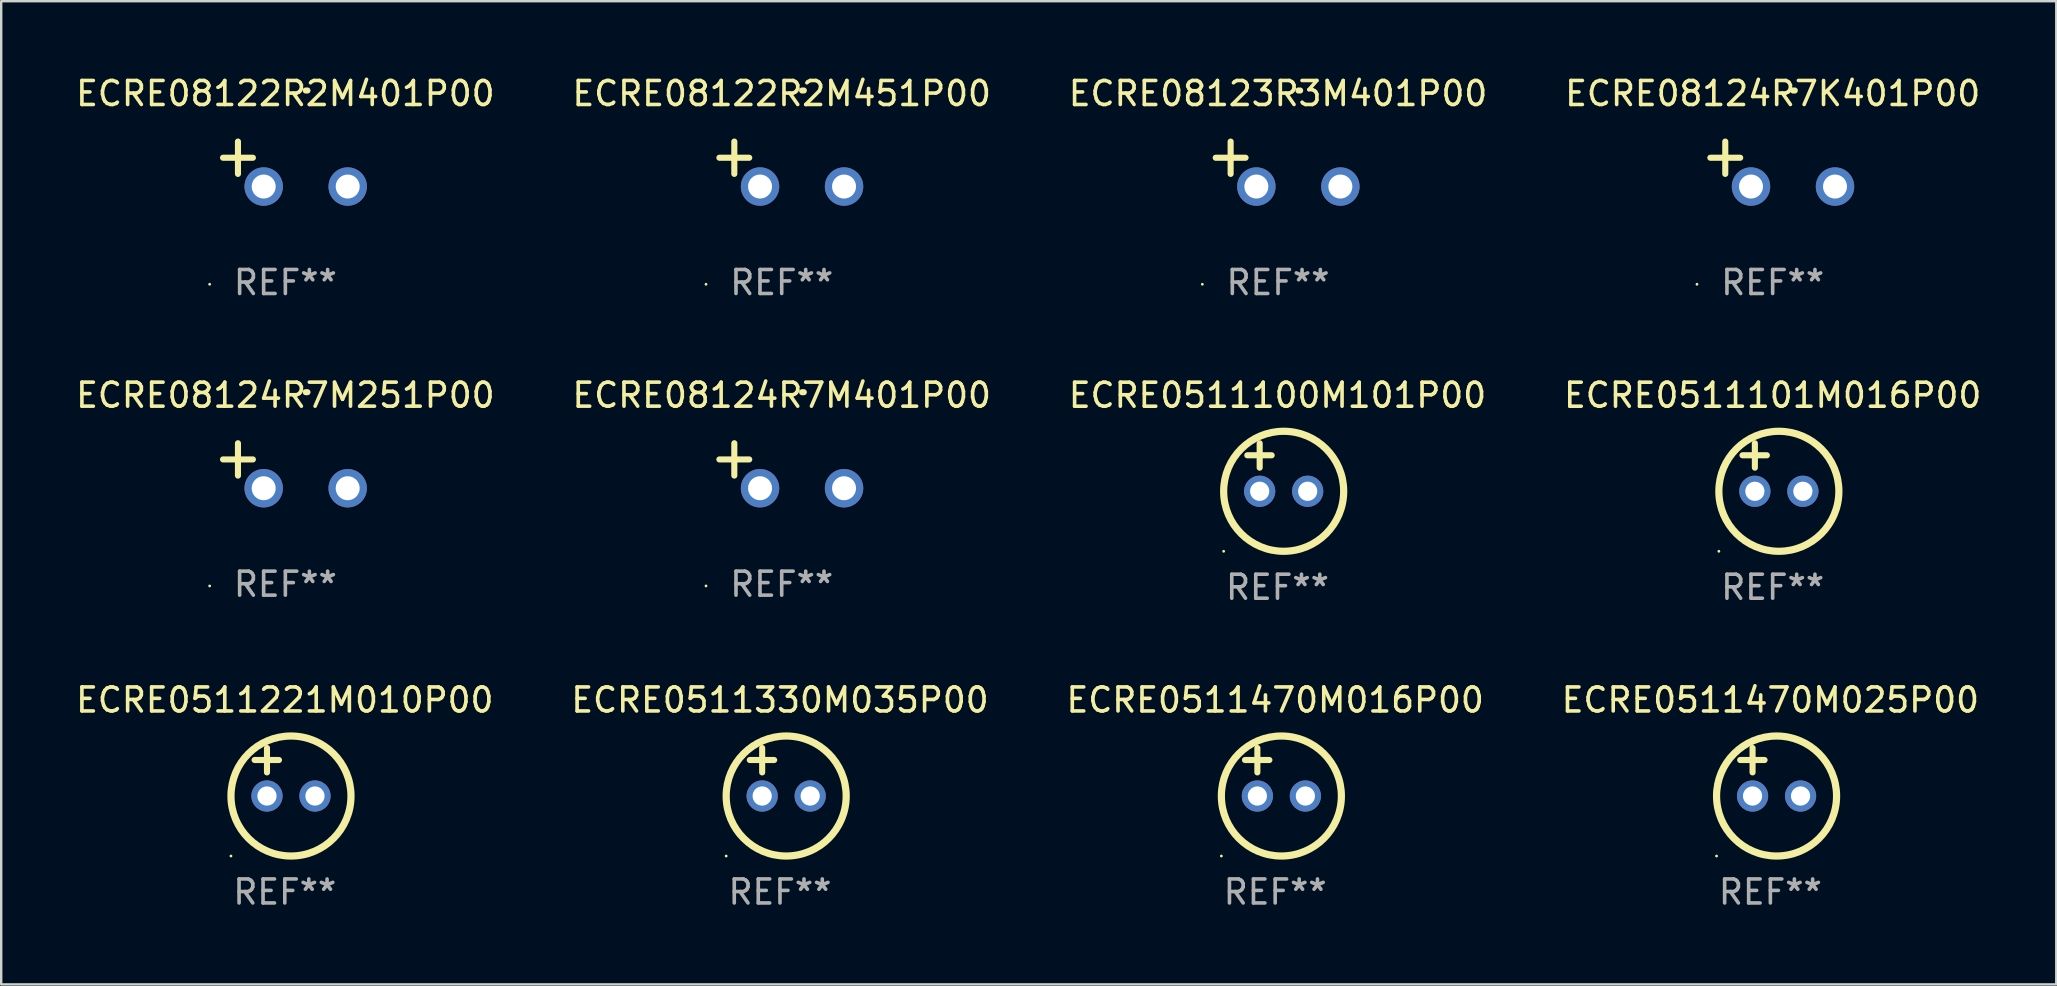
<source format=kicad_pcb>
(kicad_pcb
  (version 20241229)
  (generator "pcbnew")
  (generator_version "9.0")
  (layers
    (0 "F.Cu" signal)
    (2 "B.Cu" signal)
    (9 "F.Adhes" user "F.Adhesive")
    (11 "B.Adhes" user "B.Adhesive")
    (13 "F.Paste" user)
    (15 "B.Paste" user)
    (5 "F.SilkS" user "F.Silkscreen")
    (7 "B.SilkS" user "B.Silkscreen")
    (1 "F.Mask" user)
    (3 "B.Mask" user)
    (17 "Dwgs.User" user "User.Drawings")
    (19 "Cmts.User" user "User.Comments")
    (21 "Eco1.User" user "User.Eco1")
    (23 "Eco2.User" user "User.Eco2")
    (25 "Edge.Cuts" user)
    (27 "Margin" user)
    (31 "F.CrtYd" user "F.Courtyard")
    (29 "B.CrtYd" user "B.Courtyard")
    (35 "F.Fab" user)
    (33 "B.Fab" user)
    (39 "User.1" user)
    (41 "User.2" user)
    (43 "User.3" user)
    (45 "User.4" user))
  (footprint "ECRE08124R7K401P00"
    (layer "F.Cu")
    (at 70.804 3.785)
    (property "Reference" "ECRE08124R7K401P00" (at 0 -2.937 0) (layer "F.SilkS") (effects (font (size 1 1) (thickness 0.15))))
    (attr through_hole)
    (fp_line (start -1.975 0.41) (end -1.975 -0.937) (stroke (width 0.254) (type solid)) (layer "F.SilkS"))
    (fp_line (start -1.353 -0.263) (end -2.597 -0.263) (stroke (width 0.254) (type solid)) (layer "F.SilkS"))
    (fp_arc (start 0.849809 -3.063957) (mid 0.885369 -3.064114) (end 0.920929 -3.063957) (stroke (width 0.254001) (type solid)) (layer "F.SilkS"))
    (fp_circle (center -3.154 5.008) (end -3.124 5.008) (stroke (width 0.06) (type solid)) (fill no) (layer "F.SilkS"))
    (fp_text user "REF**" (at 0 4.937 0) (layer "F.Fab") (effects (font (size 1 1) (thickness 0.15))))
    (pad "1" thru_hole circle (at -0.903 0.937) (size 1.6 1.6) (drill 1) (layers "*.Cu" "*.Mask"))
    (pad "2" thru_hole circle (at 2.597 0.937) (size 1.6 1.6) (drill 1) (layers "*.Cu" "*.Mask")))
  (footprint "ECRE08122R2M451P00"
    (layer "F.Cu")
    (at 29.518 3.785)
    (property "Reference" "ECRE08122R2M451P00" (at 0 -2.937 0) (layer "F.SilkS") (effects (font (size 1 1) (thickness 0.15))))
    (attr through_hole)
    (fp_line (start -1.975 0.41) (end -1.975 -0.937) (stroke (width 0.254) (type solid)) (layer "F.SilkS"))
    (fp_line (start -1.353 -0.263) (end -2.597 -0.263) (stroke (width 0.254) (type solid)) (layer "F.SilkS"))
    (fp_arc (start 0.849809 -3.063957) (mid 0.885369 -3.064114) (end 0.920929 -3.063957) (stroke (width 0.254001) (type solid)) (layer "F.SilkS"))
    (fp_circle (center -3.154 5.008) (end -3.124 5.008) (stroke (width 0.06) (type solid)) (fill no) (layer "F.SilkS"))
    (fp_text user "REF**" (at 0 4.937 0) (layer "F.Fab") (effects (font (size 1 1) (thickness 0.15))))
    (pad "1" thru_hole circle (at -0.903 0.937) (size 1.6 1.6) (drill 1) (layers "*.Cu" "*.Mask"))
    (pad "2" thru_hole circle (at 2.597 0.937) (size 1.6 1.6) (drill 1) (layers "*.Cu" "*.Mask")))
  (footprint "ECRE0511330M035P00"
    (layer "F.Cu")
    (at 29.446 29.114)
    (property "Reference" "ECRE0511330M035P00" (at 0 -3 0) (layer "F.SilkS") (effects (font (size 1 1) (thickness 0.15))))
    (attr through_hole)
    (fp_line (start -1.258 -0.5) (end -0.242 -0.5) (stroke (width 0.254) (type solid)) (layer "F.SilkS"))
    (fp_line (start -0.742 -1) (end -0.742 0.016) (stroke (width 0.254) (type solid)) (layer "F.SilkS"))
    (fp_circle (center -2.242 3.5) (end -2.212 3.5) (stroke (width 0.06) (type solid)) (fill no) (layer "F.SilkS"))
    (fp_circle (center 0.258 1) (end 2.758 1) (stroke (width 0.3) (type solid)) (fill no) (layer "F.SilkS"))
    (fp_text user "REF**" (at 0 5 0) (layer "F.Fab") (effects (font (size 1 1) (thickness 0.15))))
    (pad "1" thru_hole circle (at -0.742 1) (size 1.3 1.3) (drill 0.8) (layers "*.Cu" "*.Mask"))
    (pad "2" thru_hole circle (at 1.258 1) (size 1.3 1.3) (drill 0.8) (layers "*.Cu" "*.Mask")))
  (footprint "ECRE08122R2M401P00"
    (layer "F.Cu")
    (at 8.839 3.785)
    (property "Reference" "ECRE08122R2M401P00" (at 0 -2.937 0) (layer "F.SilkS") (effects (font (size 1 1) (thickness 0.15))))
    (attr through_hole)
    (fp_line (start -1.975 0.41) (end -1.975 -0.937) (stroke (width 0.254) (type solid)) (layer "F.SilkS"))
    (fp_line (start -1.353 -0.263) (end -2.597 -0.263) (stroke (width 0.254) (type solid)) (layer "F.SilkS"))
    (fp_arc (start 0.849809 -3.063957) (mid 0.885369 -3.064114) (end 0.920929 -3.063957) (stroke (width 0.254001) (type solid)) (layer "F.SilkS"))
    (fp_circle (center -3.154 5.008) (end -3.124 5.008) (stroke (width 0.06) (type solid)) (fill no) (layer "F.SilkS"))
    (fp_text user "REF**" (at 0 4.937 0) (layer "F.Fab") (effects (font (size 1 1) (thickness 0.15))))
    (pad "1" thru_hole circle (at -0.903 0.937) (size 1.6 1.6) (drill 1) (layers "*.Cu" "*.Mask"))
    (pad "2" thru_hole circle (at 2.597 0.937) (size 1.6 1.6) (drill 1) (layers "*.Cu" "*.Mask")))
  (footprint "ECRE08124R7M401P00"
    (layer "F.Cu")
    (at 29.518 16.354)
    (property "Reference" "ECRE08124R7M401P00" (at 0 -2.937 0) (layer "F.SilkS") (effects (font (size 1 1) (thickness 0.15))))
    (attr through_hole)
    (fp_line (start -1.975 0.41) (end -1.975 -0.937) (stroke (width 0.254) (type solid)) (layer "F.SilkS"))
    (fp_line (start -1.353 -0.263) (end -2.597 -0.263) (stroke (width 0.254) (type solid)) (layer "F.SilkS"))
    (fp_arc (start 0.849809 -3.063957) (mid 0.885369 -3.064114) (end 0.920929 -3.063957) (stroke (width 0.254001) (type solid)) (layer "F.SilkS"))
    (fp_circle (center -3.154 5.008) (end -3.124 5.008) (stroke (width 0.06) (type solid)) (fill no) (layer "F.SilkS"))
    (fp_text user "REF**" (at 0 4.937 0) (layer "F.Fab") (effects (font (size 1 1) (thickness 0.15))))
    (pad "1" thru_hole circle (at -0.903 0.937) (size 1.6 1.6) (drill 1) (layers "*.Cu" "*.Mask"))
    (pad "2" thru_hole circle (at 2.597 0.937) (size 1.6 1.6) (drill 1) (layers "*.Cu" "*.Mask")))
  (footprint "ECRE08123R3M401P00"
    (layer "F.Cu")
    (at 50.196 3.785)
    (property "Reference" "ECRE08123R3M401P00" (at 0 -2.937 0) (layer "F.SilkS") (effects (font (size 1 1) (thickness 0.15))))
    (attr through_hole)
    (fp_line (start -1.975 0.41) (end -1.975 -0.937) (stroke (width 0.254) (type solid)) (layer "F.SilkS"))
    (fp_line (start -1.353 -0.263) (end -2.597 -0.263) (stroke (width 0.254) (type solid)) (layer "F.SilkS"))
    (fp_arc (start 0.849809 -3.063957) (mid 0.885369 -3.064114) (end 0.920929 -3.063957) (stroke (width 0.254001) (type solid)) (layer "F.SilkS"))
    (fp_circle (center -3.154 5.008) (end -3.124 5.008) (stroke (width 0.06) (type solid)) (fill no) (layer "F.SilkS"))
    (fp_text user "REF**" (at 0 4.937 0) (layer "F.Fab") (effects (font (size 1 1) (thickness 0.15))))
    (pad "1" thru_hole circle (at -0.903 0.937) (size 1.6 1.6) (drill 1) (layers "*.Cu" "*.Mask"))
    (pad "2" thru_hole circle (at 2.597 0.937) (size 1.6 1.6) (drill 1) (layers "*.Cu" "*.Mask")))
  (footprint "ECRE08124R7M251P00"
    (layer "F.Cu")
    (at 8.839 16.354)
    (property "Reference" "ECRE08124R7M251P00" (at 0 -2.937 0) (layer "F.SilkS") (effects (font (size 1 1) (thickness 0.15))))
    (attr through_hole)
    (fp_line (start -1.975 0.41) (end -1.975 -0.937) (stroke (width 0.254) (type solid)) (layer "F.SilkS"))
    (fp_line (start -1.353 -0.263) (end -2.597 -0.263) (stroke (width 0.254) (type solid)) (layer "F.SilkS"))
    (fp_arc (start 0.849809 -3.063957) (mid 0.885369 -3.064114) (end 0.920929 -3.063957) (stroke (width 0.254001) (type solid)) (layer "F.SilkS"))
    (fp_circle (center -3.154 5.008) (end -3.124 5.008) (stroke (width 0.06) (type solid)) (fill no) (layer "F.SilkS"))
    (fp_text user "REF**" (at 0 4.937 0) (layer "F.Fab") (effects (font (size 1 1) (thickness 0.15))))
    (pad "1" thru_hole circle (at -0.903 0.937) (size 1.6 1.6) (drill 1) (layers "*.Cu" "*.Mask"))
    (pad "2" thru_hole circle (at 2.597 0.937) (size 1.6 1.6) (drill 1) (layers "*.Cu" "*.Mask")))
  (footprint "ECRE0511470M025P00"
    (layer "F.Cu")
    (at 70.708 29.114)
    (property "Reference" "ECRE0511470M025P00" (at 0 -3 0) (layer "F.SilkS") (effects (font (size 1 1) (thickness 0.15))))
    (attr through_hole)
    (fp_line (start -1.258 -0.5) (end -0.242 -0.5) (stroke (width 0.254) (type solid)) (layer "F.SilkS"))
    (fp_line (start -0.742 -1) (end -0.742 0.016) (stroke (width 0.254) (type solid)) (layer "F.SilkS"))
    (fp_circle (center -2.242 3.5) (end -2.212 3.5) (stroke (width 0.06) (type solid)) (fill no) (layer "F.SilkS"))
    (fp_circle (center 0.258 1) (end 2.758 1) (stroke (width 0.3) (type solid)) (fill no) (layer "F.SilkS"))
    (fp_text user "REF**" (at 0 5 0) (layer "F.Fab") (effects (font (size 1 1) (thickness 0.15))))
    (pad "1" thru_hole circle (at -0.742 1) (size 1.3 1.3) (drill 0.8) (layers "*.Cu" "*.Mask"))
    (pad "2" thru_hole circle (at 1.258 1) (size 1.3 1.3) (drill 0.8) (layers "*.Cu" "*.Mask")))
  (footprint "ECRE0511100M101P00"
    (layer "F.Cu")
    (at 50.173 16.418)
    (property "Reference" "ECRE0511100M101P00" (at 0 -3 0) (layer "F.SilkS") (effects (font (size 1 1) (thickness 0.15))))
    (attr through_hole)
    (fp_line (start -1.258 -0.5) (end -0.242 -0.5) (stroke (width 0.254) (type solid)) (layer "F.SilkS"))
    (fp_line (start -0.742 -1) (end -0.742 0.016) (stroke (width 0.254) (type solid)) (layer "F.SilkS"))
    (fp_circle (center -2.242 3.5) (end -2.212 3.5) (stroke (width 0.06) (type solid)) (fill no) (layer "F.SilkS"))
    (fp_circle (center 0.258 1) (end 2.758 1) (stroke (width 0.3) (type solid)) (fill no) (layer "F.SilkS"))
    (fp_text user "REF**" (at 0 5 0) (layer "F.Fab") (effects (font (size 1 1) (thickness 0.15))))
    (pad "1" thru_hole circle (at -0.742 1) (size 1.3 1.3) (drill 0.8) (layers "*.Cu" "*.Mask"))
    (pad "2" thru_hole circle (at 1.258 1) (size 1.3 1.3) (drill 0.8) (layers "*.Cu" "*.Mask")))
  (footprint "ECRE0511221M010P00"
    (layer "F.Cu")
    (at 8.815 29.114)
    (property "Reference" "ECRE0511221M010P00" (at 0 -3 0) (layer "F.SilkS") (effects (font (size 1 1) (thickness 0.15))))
    (attr through_hole)
    (fp_line (start -1.258 -0.5) (end -0.242 -0.5) (stroke (width 0.254) (type solid)) (layer "F.SilkS"))
    (fp_line (start -0.742 -1) (end -0.742 0.016) (stroke (width 0.254) (type solid)) (layer "F.SilkS"))
    (fp_circle (center -2.242 3.5) (end -2.212 3.5) (stroke (width 0.06) (type solid)) (fill no) (layer "F.SilkS"))
    (fp_circle (center 0.258 1) (end 2.758 1) (stroke (width 0.3) (type solid)) (fill no) (layer "F.SilkS"))
    (fp_text user "REF**" (at 0 5 0) (layer "F.Fab") (effects (font (size 1 1) (thickness 0.15))))
    (pad "1" thru_hole circle (at -0.742 1) (size 1.3 1.3) (drill 0.8) (layers "*.Cu" "*.Mask"))
    (pad "2" thru_hole circle (at 1.258 1) (size 1.3 1.3) (drill 0.8) (layers "*.Cu" "*.Mask")))
  (footprint "ECRE0511101M016P00"
    (layer "F.Cu")
    (at 70.804 16.418)
    (property "Reference" "ECRE0511101M016P00" (at 0 -3 0) (layer "F.SilkS") (effects (font (size 1 1) (thickness 0.15))))
    (attr through_hole)
    (fp_line (start -1.258 -0.5) (end -0.242 -0.5) (stroke (width 0.254) (type solid)) (layer "F.SilkS"))
    (fp_line (start -0.742 -1) (end -0.742 0.016) (stroke (width 0.254) (type solid)) (layer "F.SilkS"))
    (fp_circle (center -2.242 3.5) (end -2.212 3.5) (stroke (width 0.06) (type solid)) (fill no) (layer "F.SilkS"))
    (fp_circle (center 0.258 1) (end 2.758 1) (stroke (width 0.3) (type solid)) (fill no) (layer "F.SilkS"))
    (fp_text user "REF**" (at 0 5 0) (layer "F.Fab") (effects (font (size 1 1) (thickness 0.15))))
    (pad "1" thru_hole circle (at -0.742 1) (size 1.3 1.3) (drill 0.8) (layers "*.Cu" "*.Mask"))
    (pad "2" thru_hole circle (at 1.258 1) (size 1.3 1.3) (drill 0.8) (layers "*.Cu" "*.Mask")))
  (footprint "ECRE0511470M016P00"
    (layer "F.Cu")
    (at 50.077 29.114)
    (property "Reference" "ECRE0511470M016P00" (at 0 -3 0) (layer "F.SilkS") (effects (font (size 1 1) (thickness 0.15))))
    (attr through_hole)
    (fp_line (start -1.258 -0.5) (end -0.242 -0.5) (stroke (width 0.254) (type solid)) (layer "F.SilkS"))
    (fp_line (start -0.742 -1) (end -0.742 0.016) (stroke (width 0.254) (type solid)) (layer "F.SilkS"))
    (fp_circle (center -2.242 3.5) (end -2.212 3.5) (stroke (width 0.06) (type solid)) (fill no) (layer "F.SilkS"))
    (fp_circle (center 0.258 1) (end 2.758 1) (stroke (width 0.3) (type solid)) (fill no) (layer "F.SilkS"))
    (fp_text user "REF**" (at 0 5 0) (layer "F.Fab") (effects (font (size 1 1) (thickness 0.15))))
    (pad "1" thru_hole circle (at -0.742 1) (size 1.3 1.3) (drill 0.8) (layers "*.Cu" "*.Mask"))
    (pad "2" thru_hole circle (at 1.258 1) (size 1.3 1.3) (drill 0.8) (layers "*.Cu" "*.Mask")))
  (gr_rect
    (start -3 -3)
    (end 82.619 37.963)
    (stroke (width 0.1) (type default))
    (fill no)
    (layer "Edge.Cuts")))
</source>
